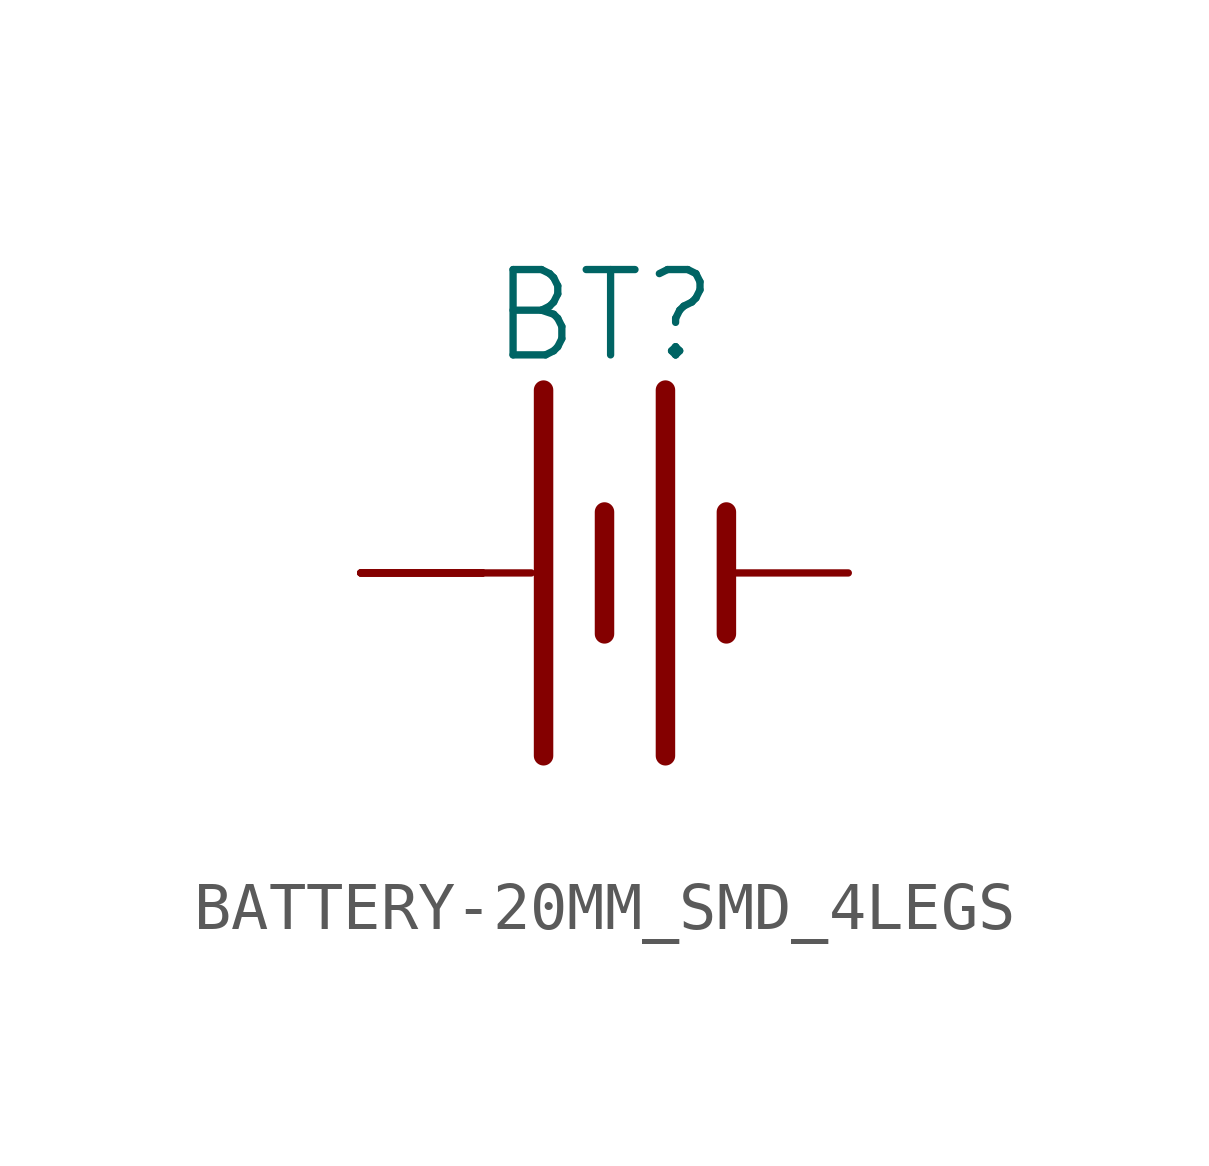
<source format=kicad_sym>
(kicad_symbol_lib
  (version 20231120)
  (generator "kicad_symbol_editor")
  (generator_version "8.0")
  (symbol "BATTERY-20MM_SMD_4LEGS"
    (property "Reference" "BT"
      (at 0 4.318 0)
      (effects (font (size 1.778 1.778)) (justify bottom)))
    (property "Value" ""
      (at 0 -4.318 0)
      (effects (font (size 1.778 1.778)) (justify top)))
    (property "ki_locked" ""
      (at 0 0 0)
      (effects (font (size 1.27 1.27))))
    (symbol "BATTERY-20MM_SMD_4LEGS_1_0"
      (polyline (pts (xy -2.54 0) (xy -1.524 0)) (stroke (width 0.152) (type solid)) (fill (type none)))
      (polyline (pts (xy -1.27 3.81) (xy -1.27 -3.81)) (stroke (width 0.406) (type solid)) (fill (type none)))
      (polyline (pts (xy 0 1.27) (xy 0 -1.27)) (stroke (width 0.406) (type solid)) (fill (type none)))
      (polyline (pts (xy 1.27 3.81) (xy 1.27 -3.81)) (stroke (width 0.406) (type solid)) (fill (type none)))
      (polyline (pts (xy 2.54 1.27) (xy 2.54 -1.27)) (stroke (width 0.406) (type solid)) (fill (type none)))
      (pin power_in line (at 5.08 0 180) (length 2.54) (name "-" (effects (font (size 0 0)))) (number "NEGATIVE" (effects (font (size 0 0)))))
      (pin power_in line (at -5.08 0 0) (length 2.54) (name "+" (effects (font (size 0 0)))) (number "POSITIVE@1" (effects (font (size 0 0)))))
      (pin power_in line (at -5.08 0 0) (length 2.54) (name "+" (effects (font (size 0 0)))) (number "POSITIVE@2" (effects (font (size 0 0)))))
      (pin power_in line (at -5.08 0 0) (length 2.54) (name "+" (effects (font (size 0 0)))) (number "POSITIVE@3" (effects (font (size 0 0)))))
      (pin power_in line (at -5.08 0 0) (length 2.54) (name "+" (effects (font (size 0 0)))) (number "POSITIVE@4" (effects (font (size 0 0))))))))
</source>
